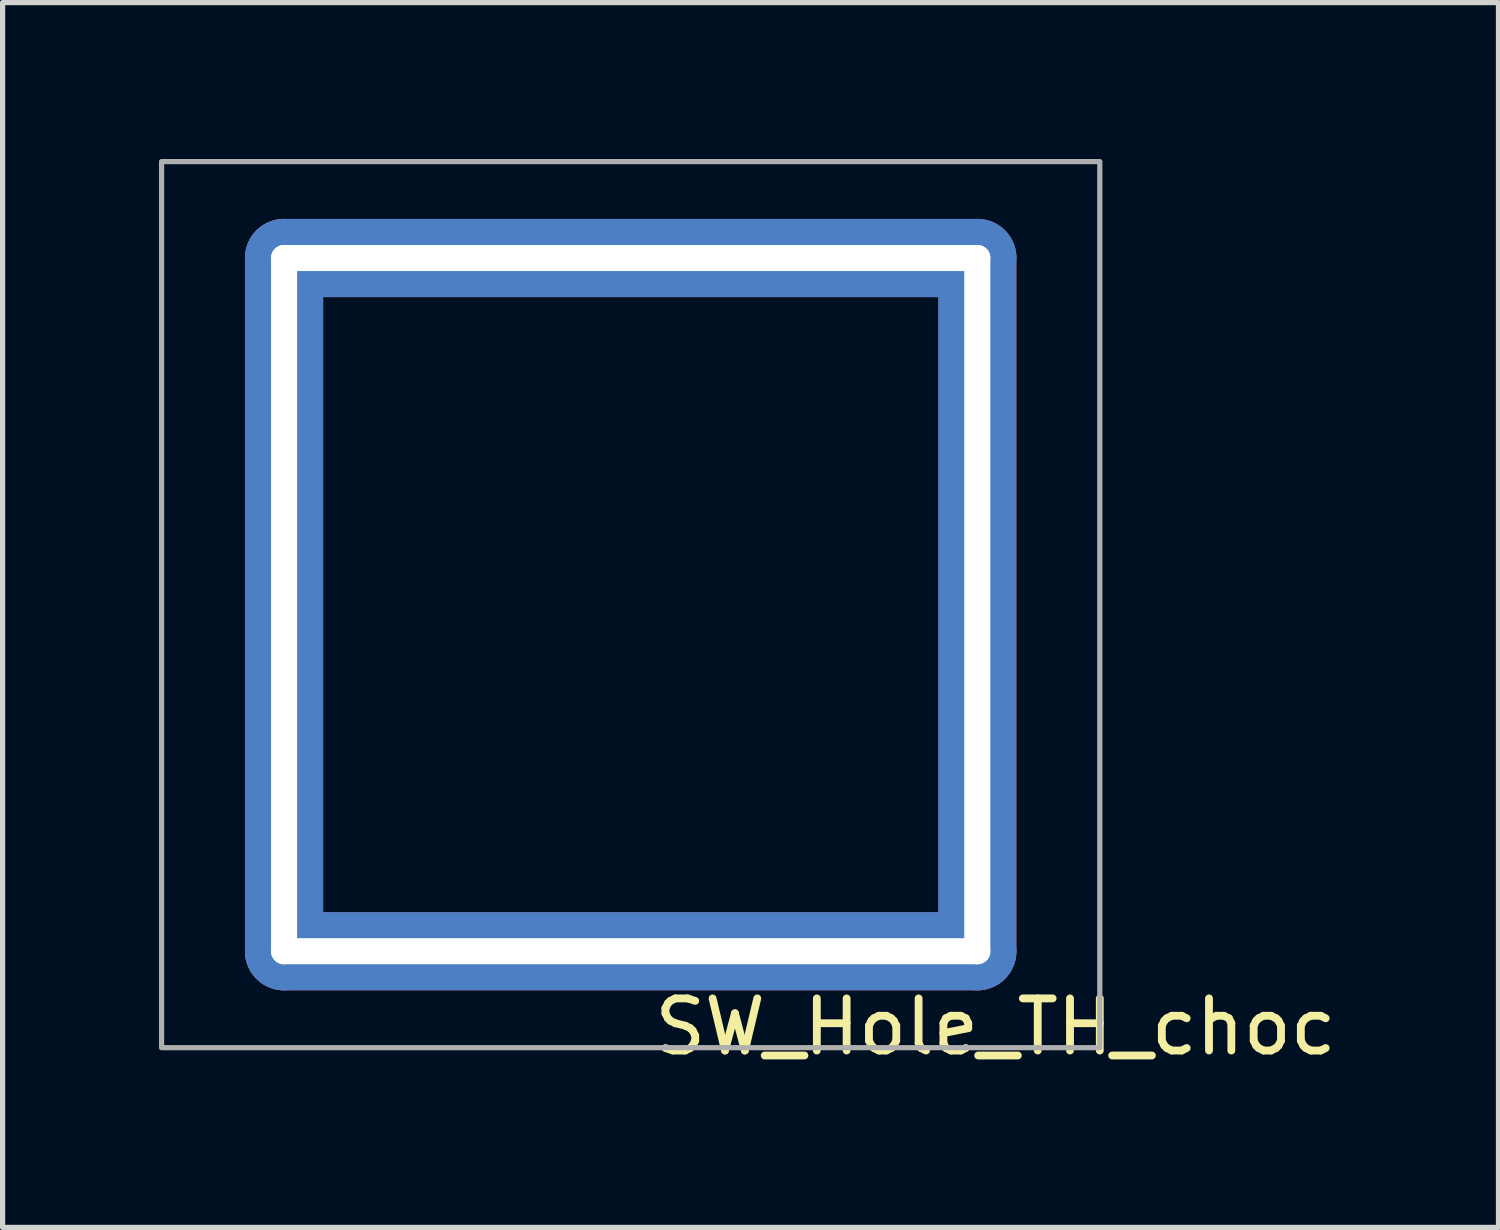
<source format=kicad_pcb>
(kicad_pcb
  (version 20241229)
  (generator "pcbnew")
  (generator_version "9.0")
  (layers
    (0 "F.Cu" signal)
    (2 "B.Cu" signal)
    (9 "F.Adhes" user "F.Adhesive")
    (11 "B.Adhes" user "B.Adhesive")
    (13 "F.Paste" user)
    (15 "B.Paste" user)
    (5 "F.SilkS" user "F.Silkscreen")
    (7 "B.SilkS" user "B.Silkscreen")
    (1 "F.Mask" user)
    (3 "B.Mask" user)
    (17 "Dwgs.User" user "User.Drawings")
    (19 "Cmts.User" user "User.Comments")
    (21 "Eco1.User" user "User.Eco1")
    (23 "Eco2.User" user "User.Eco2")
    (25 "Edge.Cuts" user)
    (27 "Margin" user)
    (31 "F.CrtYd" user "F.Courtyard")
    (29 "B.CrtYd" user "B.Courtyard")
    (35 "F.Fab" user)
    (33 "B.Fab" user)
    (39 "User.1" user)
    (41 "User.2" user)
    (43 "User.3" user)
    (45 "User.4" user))
  (footprint "SW_Hole_TH_choc"
    (layer "F.Cu")
    (at 9.05 8.55)
    (property "Reference" "SW_Hole_TH_choc" (at 7 8.1 0) (layer "F.SilkS") (effects (font (size 1 1) (thickness 0.15))))
    (attr through_hole)
    (fp_rect (start -9 -8.5) (end 9 8.5) (stroke (width 0.1) (type solid)) (fill no) (layer "F.Fab"))
    (pad "1" thru_hole oval (at -6.65 0) (size 1.5 14.8) (drill oval 0.5 13.8) (layers "*.Cu" "*.Mask"))
    (pad "1" thru_hole oval (at 0 -6.65 90) (size 1.5 14.8) (drill oval 0.5 13.8) (layers "*.Cu" "*.Mask"))
    (pad "1" thru_hole oval (at 0 6.65 90) (size 1.5 14.8) (drill oval 0.5 13.8) (layers "*.Cu" "*.Mask"))
    (pad "1" thru_hole oval (at 6.65 0) (size 1.5 14.8) (drill oval 0.5 13.8) (layers "*.Cu" "*.Mask")))
  (gr_rect
    (start -3 -3)
    (end 25.699 20.498)
    (stroke (width 0.1) (type default))
    (fill no)
    (layer "Edge.Cuts")))
</source>
